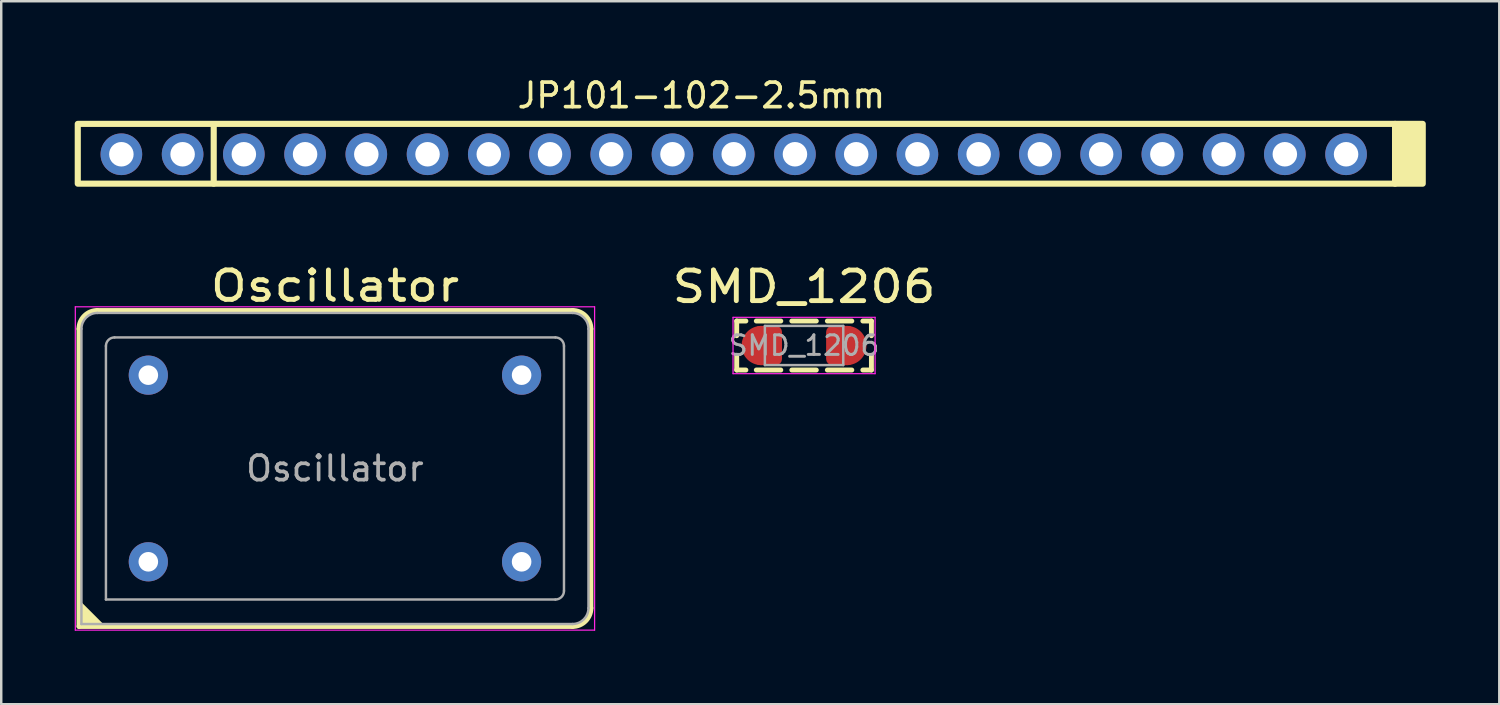
<source format=kicad_pcb>
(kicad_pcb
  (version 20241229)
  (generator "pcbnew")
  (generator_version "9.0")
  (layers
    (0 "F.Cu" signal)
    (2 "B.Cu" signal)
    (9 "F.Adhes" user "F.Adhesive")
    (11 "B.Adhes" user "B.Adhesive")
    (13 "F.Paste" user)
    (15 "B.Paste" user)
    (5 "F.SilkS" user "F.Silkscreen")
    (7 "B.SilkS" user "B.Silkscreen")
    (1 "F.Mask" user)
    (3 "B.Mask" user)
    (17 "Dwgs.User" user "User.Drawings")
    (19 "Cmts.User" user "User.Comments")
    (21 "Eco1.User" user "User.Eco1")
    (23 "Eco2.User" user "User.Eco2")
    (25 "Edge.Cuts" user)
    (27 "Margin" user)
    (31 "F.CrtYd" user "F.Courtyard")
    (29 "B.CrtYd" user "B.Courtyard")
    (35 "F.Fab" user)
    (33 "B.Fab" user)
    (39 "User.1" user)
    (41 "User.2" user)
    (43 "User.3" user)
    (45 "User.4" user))
  (footprint "SMD_1206"
    (layer "F.Cu")
    (at 29.777 11.056)
    (property "Reference" "SMD_1206" (at 0 -2.4 0) (unlocked yes) (layer "F.SilkS") (effects (font (size 1.25 1.4) (thickness 0.2))))
    (attr smd)
    (fp_line (start -2.75 -1) (end -2.75 -0.4) (stroke (width 0.2) (type default)) (layer "F.SilkS"))
    (fp_line (start -2.75 -1) (end -2.375 -1) (stroke (width 0.2) (type solid)) (layer "F.SilkS"))
    (fp_line (start -2.75 0.4) (end -2.75 1) (stroke (width 0.2) (type default)) (layer "F.SilkS"))
    (fp_line (start -2.75 1) (end -2.375 1) (stroke (width 0.2) (type solid)) (layer "F.SilkS"))
    (fp_line (start -1.95 -1) (end -0.95 -1) (stroke (width 0.2) (type solid)) (layer "F.SilkS"))
    (fp_line (start -1.95 1) (end -0.95 1) (stroke (width 0.2) (type solid)) (layer "F.SilkS"))
    (fp_line (start -0.5 -1) (end 0.5 -1) (stroke (width 0.2) (type solid)) (layer "F.SilkS"))
    (fp_line (start -0.5 1) (end 0.5 1) (stroke (width 0.2) (type solid)) (layer "F.SilkS"))
    (fp_line (start 0.95 -1) (end 1.95 -1) (stroke (width 0.2) (type solid)) (layer "F.SilkS"))
    (fp_line (start 0.95 1) (end 1.95 1) (stroke (width 0.2) (type solid)) (layer "F.SilkS"))
    (fp_line (start 2.4 -1) (end 2.75 -1) (stroke (width 0.2) (type solid)) (layer "F.SilkS"))
    (fp_line (start 2.4 1) (end 2.75 1) (stroke (width 0.2) (type solid)) (layer "F.SilkS"))
    (fp_line (start 2.75 -1) (end 2.75 -0.4) (stroke (width 0.2) (type default)) (layer "F.SilkS"))
    (fp_line (start 2.75 0.4) (end 2.75 1) (stroke (width 0.2) (type default)) (layer "F.SilkS"))
    (fp_line (start -2.9 -1.15) (end 2.9 -1.15) (stroke (width 0.05) (type solid)) (layer "F.CrtYd"))
    (fp_line (start -2.9 1.15) (end -2.9 -1.15) (stroke (width 0.05) (type solid)) (layer "F.CrtYd"))
    (fp_line (start 2.9 -1.15) (end 2.9 1.15) (stroke (width 0.05) (type solid)) (layer "F.CrtYd"))
    (fp_line (start 2.9 1.15) (end -2.9 1.15) (stroke (width 0.05) (type solid)) (layer "F.CrtYd"))
    (fp_line (start -1.6 -0.8) (end 1.6 -0.8) (stroke (width 0.1) (type solid)) (layer "F.Fab"))
    (fp_line (start -1.6 0.8) (end -1.6 -0.8) (stroke (width 0.1) (type solid)) (layer "F.Fab"))
    (fp_line (start 1.6 -0.8) (end 1.6 0.8) (stroke (width 0.1) (type solid)) (layer "F.Fab"))
    (fp_line (start 1.6 0.8) (end -1.6 0.8) (stroke (width 0.1) (type solid)) (layer "F.Fab"))
    (fp_text user "${REFERENCE}" (at 0 0 0) (layer "F.Fab") (effects (font (size 0.8 0.8) (thickness 0.12))))
    (pad "1" smd circle (at -1.75 0) (size 1.6 1.6) (layers "F.Cu" "F.Mask" "F.Paste"))
    (pad "1" smd roundrect (at -1.475 0) (size 1.15 1.6) (layers "F.Cu" "F.Mask" "F.Paste") (roundrect_rratio 0.217))
    (pad "2" smd roundrect (at 1.475 0) (size 1.15 1.6) (layers "F.Cu" "F.Mask" "F.Paste") (roundrect_rratio 0.217))
    (pad "2" smd circle (at 1.75 0) (size 1.6 1.6) (layers "F.Cu" "F.Mask" "F.Paste")))
  (footprint "Oscillator"
    (layer "F.Cu")
    (at 3.005 19.886)
    (property "Reference" "Oscillator" (at 7.62 -11.26 0) (layer "F.SilkS") (effects (font (size 1.2 1.4) (thickness 0.2) (bold yes))))
    (attr through_hole)
    (fp_line (start -2.83 -9.51) (end -2.83 2.64) (stroke (width 0.2) (type solid)) (layer "F.SilkS"))
    (fp_line (start -2.83 2.64) (end 17.32 2.64) (stroke (width 0.2) (type solid)) (layer "F.SilkS"))
    (fp_line (start 17.32 -10.26) (end -2.08 -10.26) (stroke (width 0.2) (type solid)) (layer "F.SilkS"))
    (fp_line (start 18.07 1.89) (end 18.07 -9.51) (stroke (width 0.2) (type solid)) (layer "F.SilkS"))
    (fp_arc (start -2.83 -9.51) (mid -2.61033 -10.04033) (end -2.08 -10.26) (stroke (width 0.2) (type solid)) (layer "F.SilkS"))
    (fp_arc (start 17.32 -10.26) (mid 17.85033 -10.04033) (end 18.07 -9.51) (stroke (width 0.2) (type solid)) (layer "F.SilkS"))
    (fp_arc (start 18.07 1.89) (mid 17.85033 2.42033) (end 17.32 2.64) (stroke (width 0.2) (type solid)) (layer "F.SilkS"))
    (fp_poly (pts (xy -2.83 2.64) (xy -2.85 1.6) (xy -1.8 2.65)) (stroke (width 0.1) (type solid)) (fill yes) (layer "F.SilkS"))
    (fp_line (start -2.98 -10.41) (end -2.98 2.79) (stroke (width 0.05) (type solid)) (layer "F.CrtYd"))
    (fp_line (start -2.98 2.79) (end 18.22 2.79) (stroke (width 0.05) (type solid)) (layer "F.CrtYd"))
    (fp_line (start 18.22 -10.41) (end -2.98 -10.41) (stroke (width 0.05) (type solid)) (layer "F.CrtYd"))
    (fp_line (start 18.22 2.79) (end 18.22 -10.41) (stroke (width 0.05) (type solid)) (layer "F.CrtYd"))
    (fp_line (start -2.73 2.54) (end -2.73 -9.51) (stroke (width 0.1) (type solid)) (layer "F.Fab"))
    (fp_line (start -2.73 2.54) (end 17.32 2.54) (stroke (width 0.1) (type solid)) (layer "F.Fab"))
    (fp_line (start -2.08 -10.16) (end 17.32 -10.16) (stroke (width 0.1) (type solid)) (layer "F.Fab"))
    (fp_line (start -1.73 1.54) (end -1.73 -8.81) (stroke (width 0.1) (type solid)) (layer "F.Fab"))
    (fp_line (start -1.73 1.54) (end 16.62 1.54) (stroke (width 0.1) (type solid)) (layer "F.Fab"))
    (fp_line (start -1.38 -9.16) (end 16.62 -9.16) (stroke (width 0.1) (type solid)) (layer "F.Fab"))
    (fp_line (start 16.97 1.19) (end 16.97 -8.81) (stroke (width 0.1) (type solid)) (layer "F.Fab"))
    (fp_line (start 17.97 -9.51) (end 17.97 1.89) (stroke (width 0.1) (type solid)) (layer "F.Fab"))
    (fp_arc (start -2.73 -9.51) (mid -2.539619 -9.969619) (end -2.08 -10.16) (stroke (width 0.1) (type solid)) (layer "F.Fab"))
    (fp_arc (start -1.73 -8.81) (mid -1.627487 -9.057487) (end -1.38 -9.16) (stroke (width 0.1) (type solid)) (layer "F.Fab"))
    (fp_arc (start 16.62 -9.16) (mid 16.867487 -9.057487) (end 16.97 -8.81) (stroke (width 0.1) (type solid)) (layer "F.Fab"))
    (fp_arc (start 16.97 1.19) (mid 16.867487 1.437487) (end 16.62 1.54) (stroke (width 0.1) (type solid)) (layer "F.Fab"))
    (fp_arc (start 17.32 -10.16) (mid 17.779619 -9.969619) (end 17.97 -9.51) (stroke (width 0.1) (type solid)) (layer "F.Fab"))
    (fp_arc (start 17.97 1.89) (mid 17.779619 2.349619) (end 17.32 2.54) (stroke (width 0.1) (type solid)) (layer "F.Fab"))
    (fp_text user "${REFERENCE}" (at 7.62 -3.81 0) (layer "F.Fab") (effects (font (size 1 1) (thickness 0.15))))
    (pad "1" thru_hole circle (at 0 0) (size 1.6 1.6) (drill 0.8) (layers "*.Cu" "*.Mask"))
    (pad "7" thru_hole circle (at 15.24 0) (size 1.6 1.6) (drill 0.8) (layers "*.Cu" "*.Mask"))
    (pad "8" thru_hole circle (at 15.24 -7.62) (size 1.6 1.6) (drill 0.8) (layers "*.Cu" "*.Mask"))
    (pad "14" thru_hole circle (at 0 -7.62) (size 1.6 1.6) (drill 0.8) (layers "*.Cu" "*.Mask")))
  (footprint "JP101-102-2.5mm"
    (layer "F.Cu")
    (at 25.625 3.148)
    (property "Reference" "JP101-102-2.5mm" (at -0.04 -2.3 0) (layer "F.SilkS") (effects (font (size 1 1) (thickness 0.15))))
    (attr through_hole)
    (fp_line (start -19.95 1.3) (end -19.95 -1.11) (stroke (width 0.25) (type solid)) (layer "F.SilkS"))
    (fp_rect (start -25.5 -1.14) (end 28.28 1.3) (stroke (width 0.25) (type default)) (fill no) (layer "F.SilkS"))
    (fp_rect (start 28.28 -1.14) (end 29.41 1.3) (stroke (width 0.25) (type solid)) (fill yes) (layer "F.SilkS"))
    (pad "1" thru_hole oval (at 26.28 0.1 270) (size 1.7 1.7) (drill 1) (layers "*.Cu" "*.Mask"))
    (pad "2" thru_hole oval (at 23.78 0.1 270) (size 1.7 1.7) (drill 1) (layers "*.Cu" "*.Mask"))
    (pad "3" thru_hole oval (at 21.28 0.1 270) (size 1.7 1.7) (drill 1) (layers "*.Cu" "*.Mask"))
    (pad "4" thru_hole oval (at 18.78 0.1 270) (size 1.7 1.7) (drill 1) (layers "*.Cu" "*.Mask"))
    (pad "5" thru_hole oval (at 16.28 0.1 270) (size 1.7 1.7) (drill 1) (layers "*.Cu" "*.Mask"))
    (pad "6" thru_hole oval (at 13.78 0.1 270) (size 1.7 1.7) (drill 1) (layers "*.Cu" "*.Mask"))
    (pad "7" thru_hole oval (at 11.28 0.1 270) (size 1.7 1.7) (drill 1) (layers "*.Cu" "*.Mask"))
    (pad "8" thru_hole oval (at 8.78 0.1 270) (size 1.7 1.7) (drill 1) (layers "*.Cu" "*.Mask"))
    (pad "9" thru_hole oval (at 6.28 0.1 270) (size 1.7 1.7) (drill 1) (layers "*.Cu" "*.Mask"))
    (pad "10" thru_hole oval (at 3.78 0.1 270) (size 1.7 1.7) (drill 1) (layers "*.Cu" "*.Mask"))
    (pad "11" thru_hole oval (at 1.28 0.1 270) (size 1.7 1.7) (drill 1) (layers "*.Cu" "*.Mask"))
    (pad "12" thru_hole oval (at -1.22 0.1 270) (size 1.7 1.7) (drill 1) (layers "*.Cu" "*.Mask"))
    (pad "13" thru_hole oval (at -3.72 0.1 270) (size 1.7 1.7) (drill 1) (layers "*.Cu" "*.Mask"))
    (pad "14" thru_hole oval (at -6.22 0.1 270) (size 1.7 1.7) (drill 1) (layers "*.Cu" "*.Mask"))
    (pad "15" thru_hole oval (at -8.72 0.1 270) (size 1.7 1.7) (drill 1) (layers "*.Cu" "*.Mask"))
    (pad "16" thru_hole oval (at -11.22 0.1 270) (size 1.7 1.7) (drill 1) (layers "*.Cu" "*.Mask"))
    (pad "17" thru_hole oval (at -13.72 0.1 270) (size 1.7 1.7) (drill 1) (layers "*.Cu" "*.Mask"))
    (pad "18" thru_hole oval (at -16.22 0.1 270) (size 1.7 1.7) (drill 1) (layers "*.Cu" "*.Mask"))
    (pad "19" thru_hole oval (at -18.72 0.1 270) (size 1.7 1.7) (drill 1) (layers "*.Cu" "*.Mask"))
    (pad "20" thru_hole oval (at -21.22 0.1 270) (size 1.7 1.7) (drill 1) (layers "*.Cu" "*.Mask"))
    (pad "21" thru_hole oval (at -23.72 0.1 270) (size 1.7 1.7) (drill 1) (layers "*.Cu" "*.Mask")))
  (gr_rect
    (start -3 -3)
    (end 58.16 25.701)
    (stroke (width 0.1) (type default))
    (fill no)
    (layer "Edge.Cuts")))
</source>
